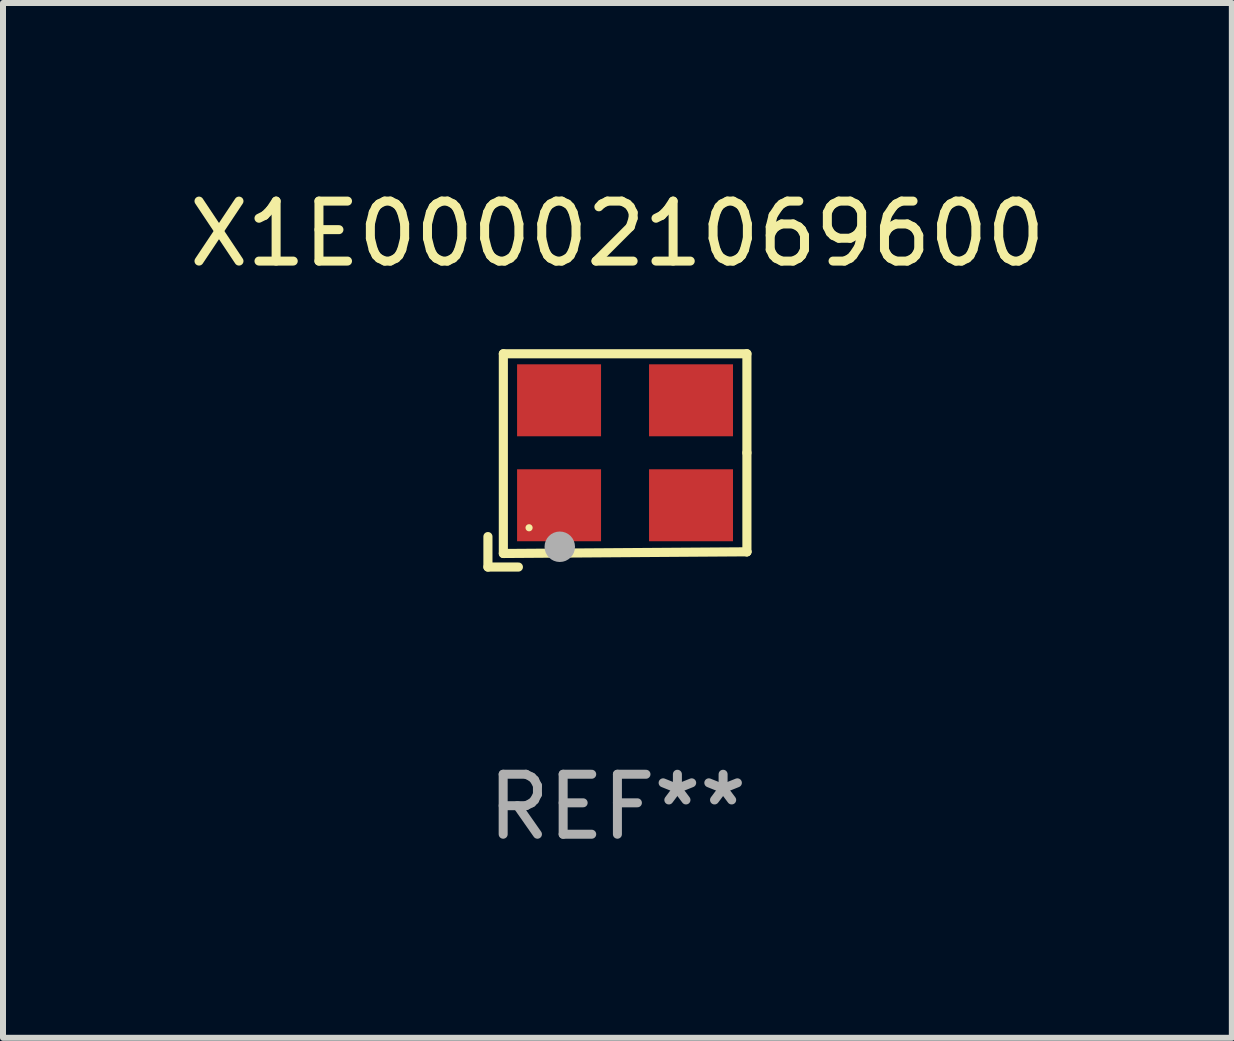
<source format=kicad_pcb>
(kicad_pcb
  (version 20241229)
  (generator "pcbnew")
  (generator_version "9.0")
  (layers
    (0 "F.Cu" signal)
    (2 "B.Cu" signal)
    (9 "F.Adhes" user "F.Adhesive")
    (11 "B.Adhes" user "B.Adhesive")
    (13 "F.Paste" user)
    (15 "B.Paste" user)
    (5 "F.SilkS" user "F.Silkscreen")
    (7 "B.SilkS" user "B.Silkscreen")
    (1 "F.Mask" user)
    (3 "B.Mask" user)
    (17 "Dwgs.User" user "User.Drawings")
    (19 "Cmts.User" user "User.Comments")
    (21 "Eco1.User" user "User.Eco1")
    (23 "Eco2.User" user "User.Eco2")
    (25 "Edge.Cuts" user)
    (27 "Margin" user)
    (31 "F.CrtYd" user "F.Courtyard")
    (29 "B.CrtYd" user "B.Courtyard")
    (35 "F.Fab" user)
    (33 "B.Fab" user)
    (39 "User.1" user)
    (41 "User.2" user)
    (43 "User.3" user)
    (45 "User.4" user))
  (footprint "X1E000021069600"
    (layer "F.Cu")
    (at 7.244 4.626)
    (property "Reference" "X1E000021069600" (at 0 -3.778 0) (layer "F.SilkS") (effects (font (size 1 1) (thickness 0.15))))
    (attr through_hole)
    (fp_line (start -2.159 1.27) (end -2.159 1.778) (stroke (width 0.152) (type solid)) (layer "F.SilkS"))
    (fp_line (start -2.159 1.778) (end -1.651 1.778) (stroke (width 0.152) (type solid)) (layer "F.SilkS"))
    (fp_line (start -1.902 -1.778) (end 2.159 -1.778) (stroke (width 0.152) (type solid)) (layer "F.SilkS"))
    (fp_line (start -1.902 1.552) (end -1.902 -1.778) (stroke (width 0.152) (type solid)) (layer "F.SilkS"))
    (fp_line (start 2.159 -1.778) (end 2.159 -0.127) (stroke (width 0.152) (type solid)) (layer "F.SilkS"))
    (fp_line (start 2.159 -0.127) (end 2.159 1.524) (stroke (width 0.152) (type solid)) (layer "F.SilkS"))
    (fp_line (start 2.159 1.524) (end -1.902 1.552) (stroke (width 0.152) (type solid)) (layer "F.SilkS"))
    (fp_line (start 2.159 1.524) (end 2.159 1.524) (stroke (width 0.152) (type solid)) (layer "F.SilkS"))
    (fp_circle (center -1.473 1.123) (end -1.443 1.123) (stroke (width 0.06) (type solid)) (fill no) (layer "F.SilkS"))
    (fp_circle (center -0.961 1.44) (end -0.834 1.44) (stroke (width 0.254) (type solid)) (fill no) (layer "F.Fab"))
    (fp_text user "REF**" (at 0 5.778 0) (layer "F.Fab") (effects (font (size 1 1) (thickness 0.15))))
    (pad "1" smd rect (at -0.973 0.748) (size 1.4 1.2) (layers "F.Cu" "F.Mask" "F.Paste"))
    (pad "2" smd rect (at 1.227 0.748) (size 1.4 1.2) (layers "F.Cu" "F.Mask" "F.Paste"))
    (pad "3" smd rect (at 1.227 -1.002) (size 1.4 1.2) (layers "F.Cu" "F.Mask" "F.Paste"))
    (pad "4" smd rect (at -0.973 -1.002) (size 1.4 1.2) (layers "F.Cu" "F.Mask" "F.Paste")))
  (gr_rect
    (start -3 -3)
    (end 17.488 14.253)
    (stroke (width 0.1) (type default))
    (fill no)
    (layer "Edge.Cuts")))
</source>
